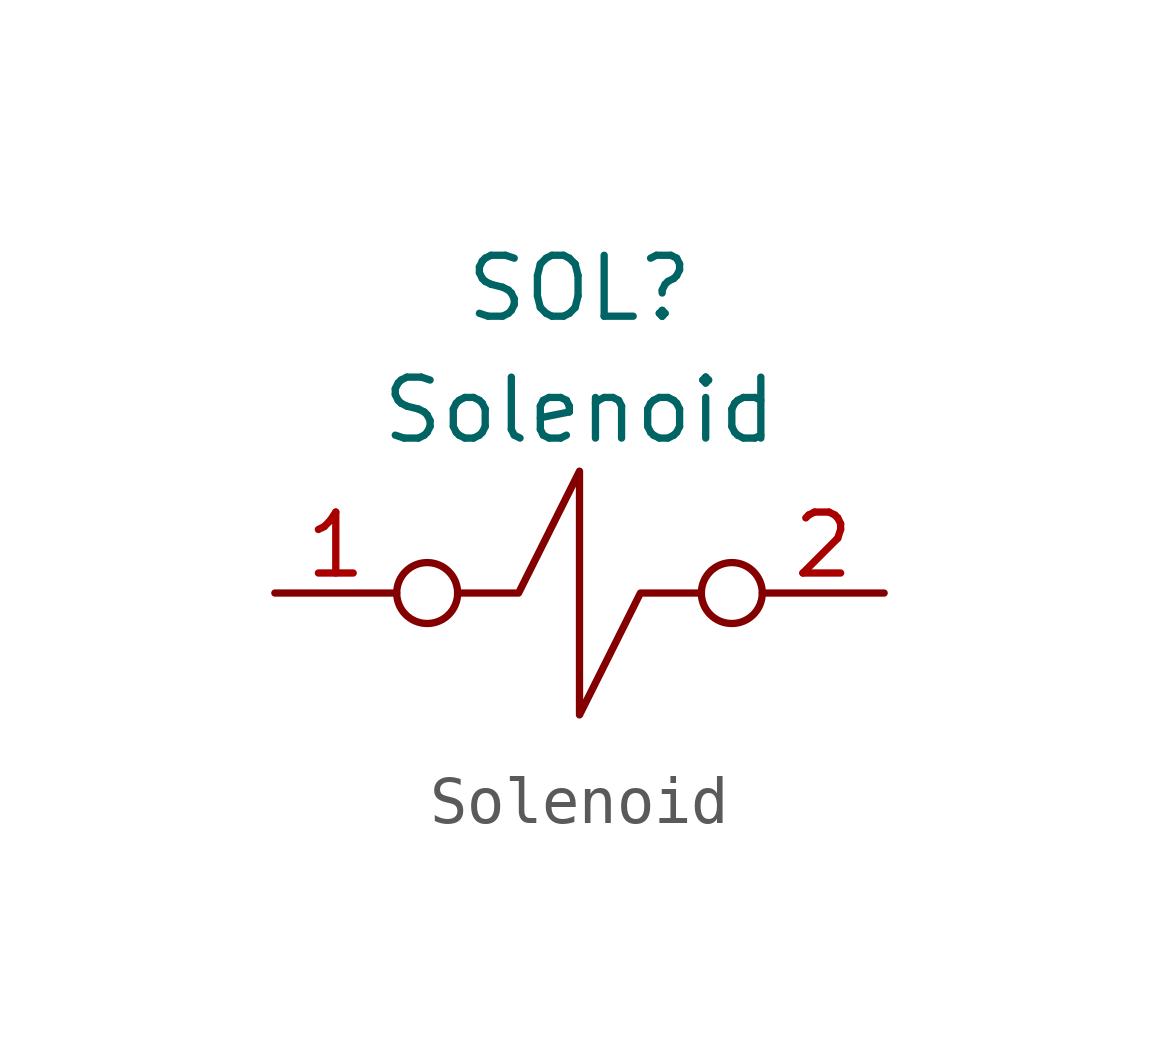
<source format=kicad_sym>
(kicad_symbol_lib
  (version 20211014)
  (generator kicad_symbol_editor)
  (symbol "Solenoid"
    (pin_names
      (offset 1.016))
    (property "Reference" "SOL"
      (at 0 6.35 0)
      (effects (font (size 1.27 1.27))))
    (property "Value" "Solenoid"
      (at 0 3.81 0)
      (effects (font (size 1.27 1.27))))
    (symbol "Solenoid_0_0"
      (pin bidirectional line (at -6.35 0 0) (length 2.54) (name "~" (effects (font (size 1.27 1.27)))) (number "1" (effects (font (size 1.27 1.27)))))
      (pin bidirectional line (at 6.35 0 180) (length 2.54) (name "~" (effects (font (size 1.27 1.27)))) (number "2" (effects (font (size 1.27 1.27))))))
    (symbol "Solenoid_0_1"
      (circle (center -3.175 0) (radius 0.635) (stroke (width 0) (type default) (color 0 0 0 0)) (fill (type none)))
      (polyline (pts (xy -2.54 0) (xy -1.27 0) (xy 0 2.54) (xy 0 -2.54) (xy 1.27 0) (xy 2.54 0)) (stroke (width 0) (type default) (color 0 0 0 0)) (fill (type none)))
      (circle (center 3.175 0) (radius 0.635) (stroke (width 0) (type default) (color 0 0 0 0)) (fill (type none))))))
</source>
